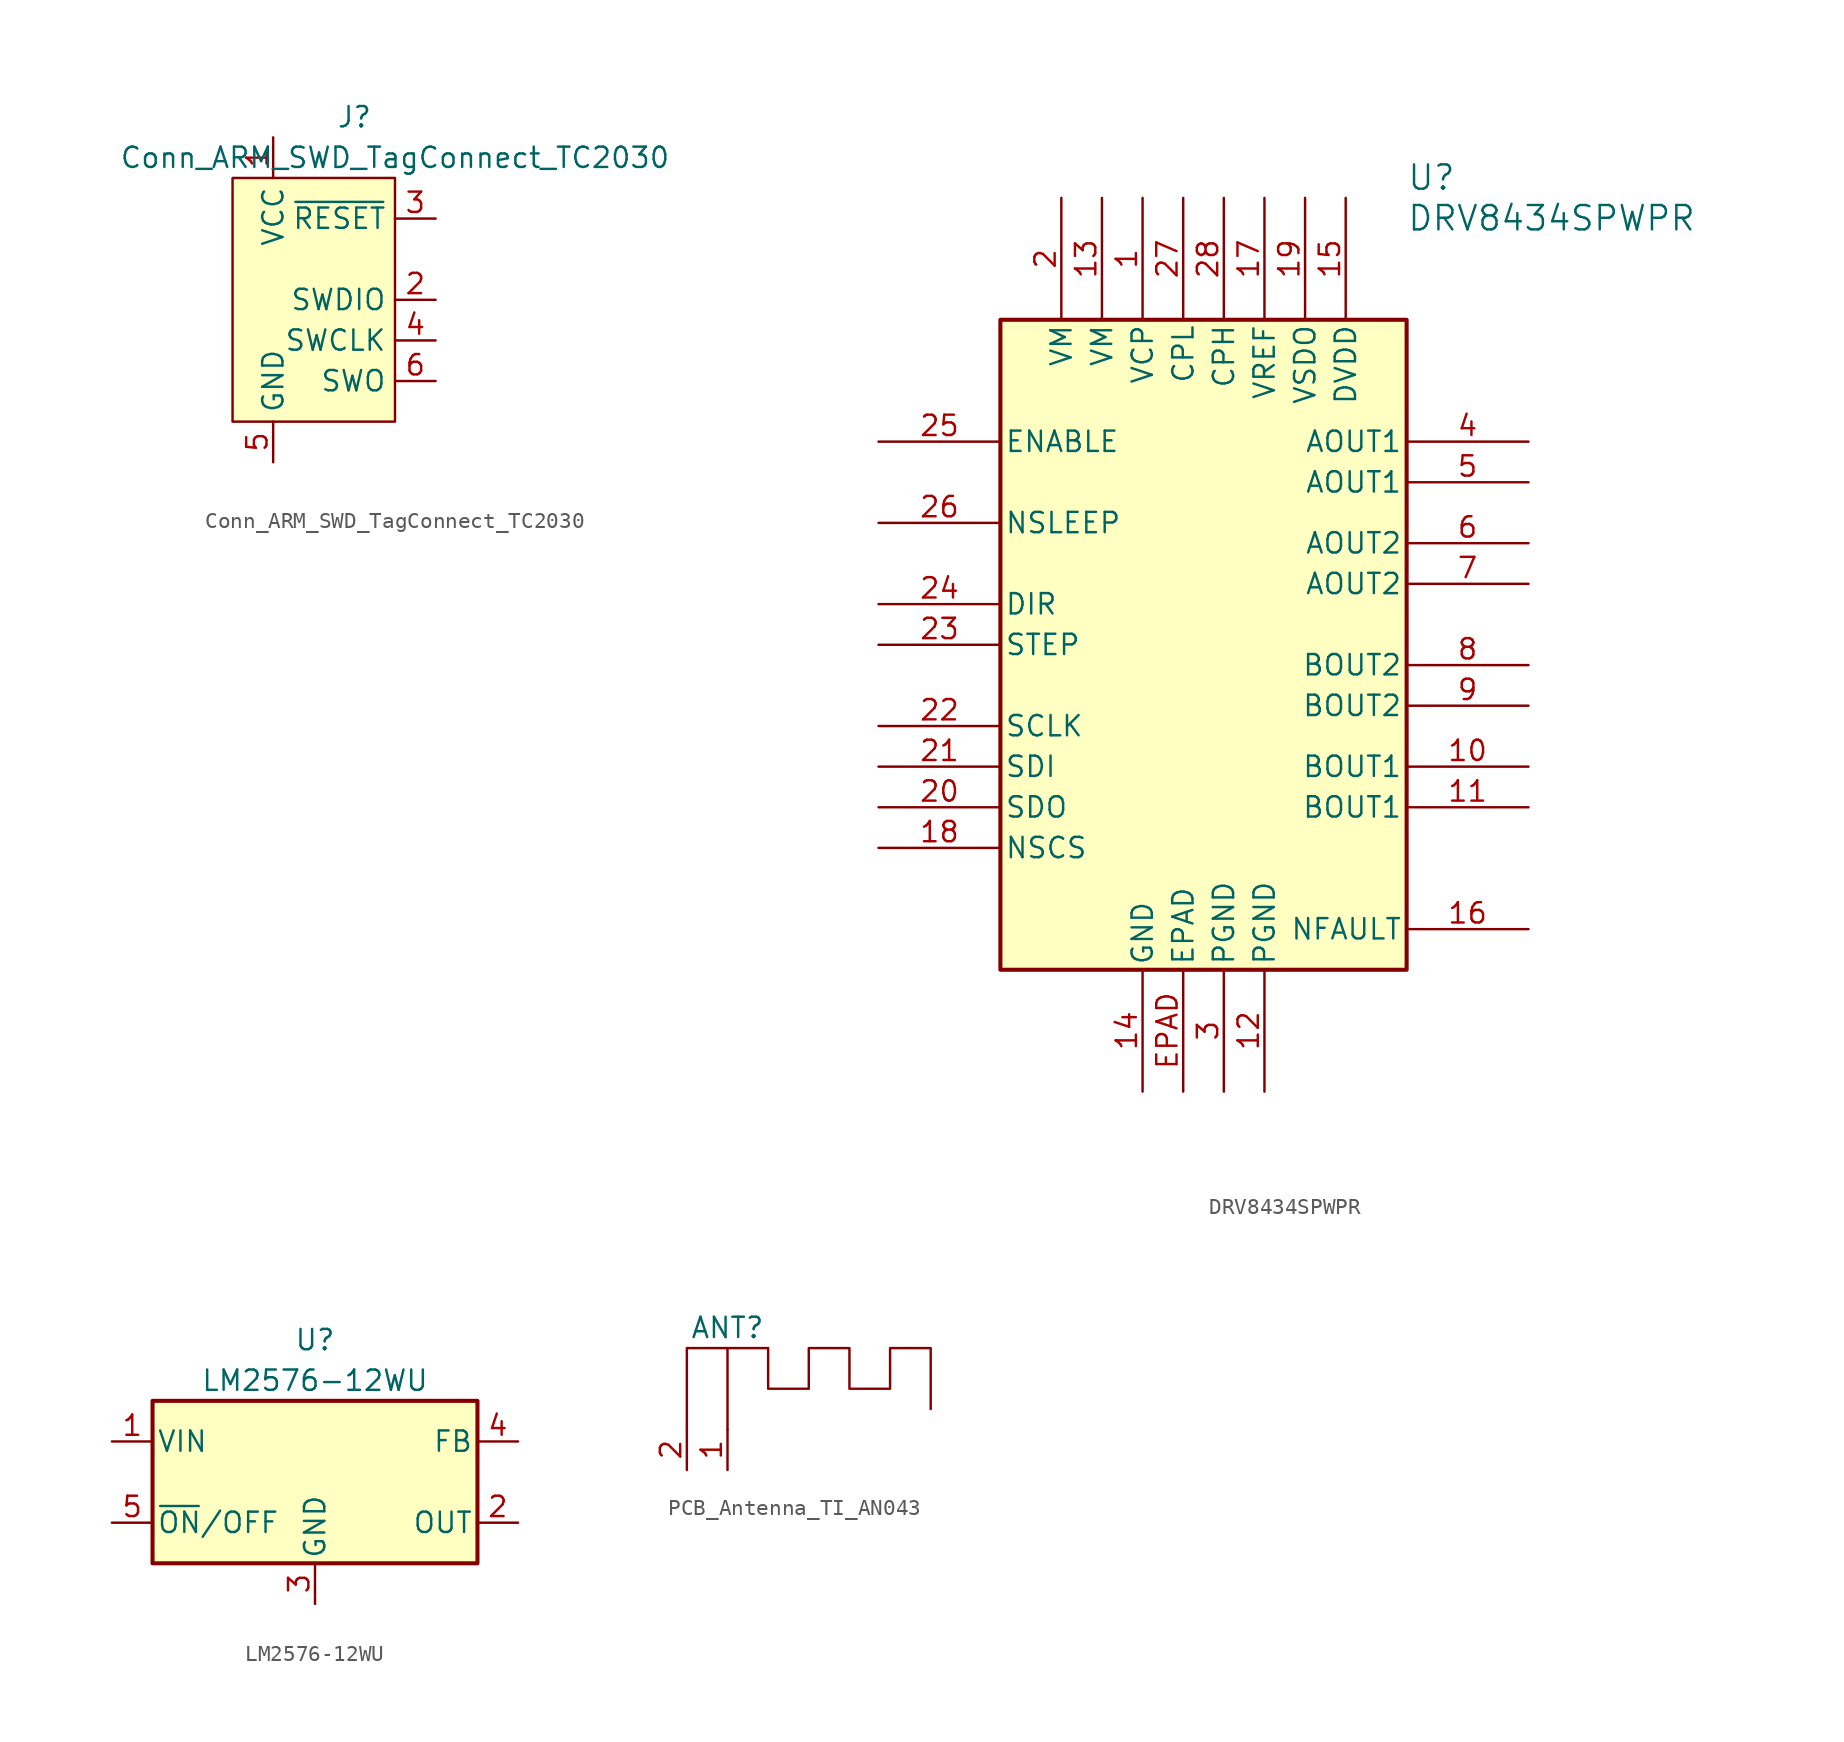
<source format=kicad_sym>
(kicad_symbol_lib
  (version 20220914)
  (generator kicad_symbol_editor)
  (symbol "Conn_ARM_SWD_TagConnect_TC2030"
    (property "Reference" "J"
      (at 2.54 11.43 0)
      (effects (font (size 1.27 1.27))))
    (property "Value" "Conn_ARM_SWD_TagConnect_TC2030"
      (at 5.08 8.89 0)
      (effects (font (size 1.27 1.27))))
    (symbol "Conn_ARM_SWD_TagConnect_TC2030_0_0"
      (pin power_in line (at -2.54 10.16 270) (length 2.54) (name "VCC" (effects (font (size 1.27 1.27)))) (number "1" (effects (font (size 1.27 1.27)))))
      (pin bidirectional line (at 7.62 0 180) (length 2.54) (name "SWDIO" (effects (font (size 1.27 1.27)))) (number "2" (effects (font (size 1.27 1.27)))) (alternate "TMS" bidirectional line))
      (pin open_collector line (at 7.62 5.08 180) (length 2.54) (name "~{RESET}" (effects (font (size 1.27 1.27)))) (number "3" (effects (font (size 1.27 1.27)))))
      (pin output line (at 7.62 -2.54 180) (length 2.54) (name "SWCLK" (effects (font (size 1.27 1.27)))) (number "4" (effects (font (size 1.27 1.27)))) (alternate "TCK" output line))
      (pin power_in line (at -2.54 -10.16 90) (length 2.54) (name "GND" (effects (font (size 1.27 1.27)))) (number "5" (effects (font (size 1.27 1.27)))))
      (pin input line (at 7.62 -5.08 180) (length 2.54) (name "SWO" (effects (font (size 1.27 1.27)))) (number "6" (effects (font (size 1.27 1.27)))) (alternate "TDO" input line)))
    (symbol "Conn_ARM_SWD_TagConnect_TC2030_0_1"
      (rectangle (start -5.08 7.62) (end 5.08 -7.62) (stroke (width 0) (type default)) (fill (type background)))))
  (symbol "DRV8434SPWPR"
    (pin_names
      (offset 0.254))
    (property "Reference" "U"
      (at 12.7 27.94 0)
      (effects (font (size 1.524 1.524)) (justify left)))
    (property "Value" "DRV8434SPWPR"
      (at 12.7 25.4 0)
      (effects (font (size 1.524 1.524)) (justify left)))
    (property "ki_locked" ""
      (at 0 0 0)
      (effects (font (size 1.27 1.27))))
    (symbol "DRV8434SPWPR_0_1"
      (rectangle (start -12.7 19.05) (end 12.7 -21.59) (stroke (width 0.254) (type default)) (fill (type background)))
      (pin power_in line (at -3.81 26.67 270) (length 7.62) (name "VCP" (effects (font (size 1.27 1.27)))) (number "1" (effects (font (size 1.27 1.27)))))
      (pin output line (at 20.32 -8.89 180) (length 7.62) (name "BOUT1" (effects (font (size 1.27 1.27)))) (number "10" (effects (font (size 1.27 1.27)))))
      (pin output line (at 20.32 -11.43 180) (length 7.62) (name "BOUT1" (effects (font (size 1.27 1.27)))) (number "11" (effects (font (size 1.27 1.27)))))
      (pin power_out line (at 3.81 -29.21 90) (length 7.62) (name "PGND" (effects (font (size 1.27 1.27)))) (number "12" (effects (font (size 1.27 1.27)))))
      (pin power_in line (at -6.35 26.67 270) (length 7.62) (name "VM" (effects (font (size 1.27 1.27)))) (number "13" (effects (font (size 1.27 1.27)))))
      (pin power_out line (at -3.81 -29.21 90) (length 7.62) (name "GND" (effects (font (size 1.27 1.27)))) (number "14" (effects (font (size 1.27 1.27)))))
      (pin power_in line (at 8.89 26.67 270) (length 7.62) (name "DVDD" (effects (font (size 1.27 1.27)))) (number "15" (effects (font (size 1.27 1.27)))))
      (pin output line (at 20.32 -19.05 180) (length 7.62) (name "NFAULT" (effects (font (size 1.27 1.27)))) (number "16" (effects (font (size 1.27 1.27)))))
      (pin power_in line (at 3.81 26.67 270) (length 7.62) (name "VREF" (effects (font (size 1.27 1.27)))) (number "17" (effects (font (size 1.27 1.27)))))
      (pin input line (at -20.32 -13.97 0) (length 7.62) (name "NSCS" (effects (font (size 1.27 1.27)))) (number "18" (effects (font (size 1.27 1.27)))))
      (pin power_in line (at 6.35 26.67 270) (length 7.62) (name "VSDO" (effects (font (size 1.27 1.27)))) (number "19" (effects (font (size 1.27 1.27)))))
      (pin power_in line (at -8.89 26.67 270) (length 7.62) (name "VM" (effects (font (size 1.27 1.27)))) (number "2" (effects (font (size 1.27 1.27)))))
      (pin output line (at -20.32 -11.43 0) (length 7.62) (name "SDO" (effects (font (size 1.27 1.27)))) (number "20" (effects (font (size 1.27 1.27)))))
      (pin input line (at -20.32 -8.89 0) (length 7.62) (name "SDI" (effects (font (size 1.27 1.27)))) (number "21" (effects (font (size 1.27 1.27)))))
      (pin input line (at -20.32 -6.35 0) (length 7.62) (name "SCLK" (effects (font (size 1.27 1.27)))) (number "22" (effects (font (size 1.27 1.27)))))
      (pin input line (at -20.32 -1.27 0) (length 7.62) (name "STEP" (effects (font (size 1.27 1.27)))) (number "23" (effects (font (size 1.27 1.27)))))
      (pin input line (at -20.32 1.27 0) (length 7.62) (name "DIR" (effects (font (size 1.27 1.27)))) (number "24" (effects (font (size 1.27 1.27)))))
      (pin input line (at -20.32 11.43 0) (length 7.62) (name "ENABLE" (effects (font (size 1.27 1.27)))) (number "25" (effects (font (size 1.27 1.27)))))
      (pin input line (at -20.32 6.35 0) (length 7.62) (name "NSLEEP" (effects (font (size 1.27 1.27)))) (number "26" (effects (font (size 1.27 1.27)))))
      (pin power_in line (at -1.27 26.67 270) (length 7.62) (name "CPL" (effects (font (size 1.27 1.27)))) (number "27" (effects (font (size 1.27 1.27)))))
      (pin power_in line (at 1.27 26.67 270) (length 7.62) (name "CPH" (effects (font (size 1.27 1.27)))) (number "28" (effects (font (size 1.27 1.27)))))
      (pin power_out line (at 1.27 -29.21 90) (length 7.62) (name "PGND" (effects (font (size 1.27 1.27)))) (number "3" (effects (font (size 1.27 1.27)))))
      (pin output line (at 20.32 11.43 180) (length 7.62) (name "AOUT1" (effects (font (size 1.27 1.27)))) (number "4" (effects (font (size 1.27 1.27)))))
      (pin output line (at 20.32 8.89 180) (length 7.62) (name "AOUT1" (effects (font (size 1.27 1.27)))) (number "5" (effects (font (size 1.27 1.27)))))
      (pin output line (at 20.32 5.08 180) (length 7.62) (name "AOUT2" (effects (font (size 1.27 1.27)))) (number "6" (effects (font (size 1.27 1.27)))))
      (pin output line (at 20.32 2.54 180) (length 7.62) (name "AOUT2" (effects (font (size 1.27 1.27)))) (number "7" (effects (font (size 1.27 1.27)))))
      (pin output line (at 20.32 -2.54 180) (length 7.62) (name "BOUT2" (effects (font (size 1.27 1.27)))) (number "8" (effects (font (size 1.27 1.27)))))
      (pin output line (at 20.32 -5.08 180) (length 7.62) (name "BOUT2" (effects (font (size 1.27 1.27)))) (number "9" (effects (font (size 1.27 1.27)))))
      (pin power_out line (at -1.27 -29.21 90) (length 7.62) (name "EPAD" (effects (font (size 1.27 1.27)))) (number "EPAD" (effects (font (size 1.27 1.27)))))))
  (symbol "LM2576-12WU"
    (pin_names
      (offset 0.254))
    (property "Reference" "U"
      (at 0 8.89 0)
      (effects (font (size 1.27 1.27))))
    (property "Value" "LM2576-12WU"
      (at 0 6.35 0)
      (effects (font (size 1.27 1.27))))
    (symbol "LM2576-12WU_0_1"
      (rectangle (start -10.16 5.08) (end 10.16 -5.08) (stroke (width 0.254) (type default)) (fill (type background))))
    (symbol "LM2576-12WU_1_1"
      (pin power_in line (at -12.7 2.54 0) (length 2.54) (name "VIN" (effects (font (size 1.27 1.27)))) (number "1" (effects (font (size 1.27 1.27)))))
      (pin output line (at 12.7 -2.54 180) (length 2.54) (name "OUT" (effects (font (size 1.27 1.27)))) (number "2" (effects (font (size 1.27 1.27)))))
      (pin power_in line (at 0 -7.62 90) (length 2.54) (name "GND" (effects (font (size 1.27 1.27)))) (number "3" (effects (font (size 1.27 1.27)))))
      (pin input line (at 12.7 2.54 180) (length 2.54) (name "FB" (effects (font (size 1.27 1.27)))) (number "4" (effects (font (size 1.27 1.27)))))
      (pin input line (at -12.7 -2.54 0) (length 2.54) (name "~{ON}/OFF" (effects (font (size 1.27 1.27)))) (number "5" (effects (font (size 1.27 1.27)))))))
  (symbol "PCB_Antenna_TI_AN043"
    (pin_names
      (offset 0.002) hide)
    (property "Reference" "ANT"
      (at 2.54 8.89 0)
      (effects (font (size 1.27 1.27))))
    (property "Value" ""
      (at 2.54 2.54 0)
      (effects (font (size 1.27 1.27))))
    (symbol "PCB_Antenna_TI_AN043_0_0"
      (text "" (at 2.54 2.54 0) (effects (font (size 1.27 1.27)))))
    (symbol "PCB_Antenna_TI_AN043_0_1"
      (polyline (pts (xy 0 2.54) (xy 0 7.62) (xy 2.54 7.62) (xy 2.54 2.54)) (stroke (width 0) (type default)) (fill (type none)))
      (polyline (pts (xy 2.54 7.62) (xy 5.08 7.62) (xy 5.08 5.08) (xy 7.62 5.08) (xy 7.62 7.62) (xy 10.16 7.62) (xy 10.16 5.08) (xy 12.7 5.08) (xy 12.7 7.62) (xy 15.24 7.62) (xy 15.24 3.81)) (stroke (width 0) (type default)) (fill (type none))))
    (symbol "PCB_Antenna_TI_AN043_1_1"
      (pin passive line (at 2.54 0 90) (length 2.54) (name "RF" (effects (font (size 1.27 1.27)))) (number "1" (effects (font (size 1.27 1.27)))))
      (pin passive line (at 0 0 90) (length 2.54) (name "GND" (effects (font (size 1.27 1.27)))) (number "2" (effects (font (size 1.27 1.27))))))))
</source>
